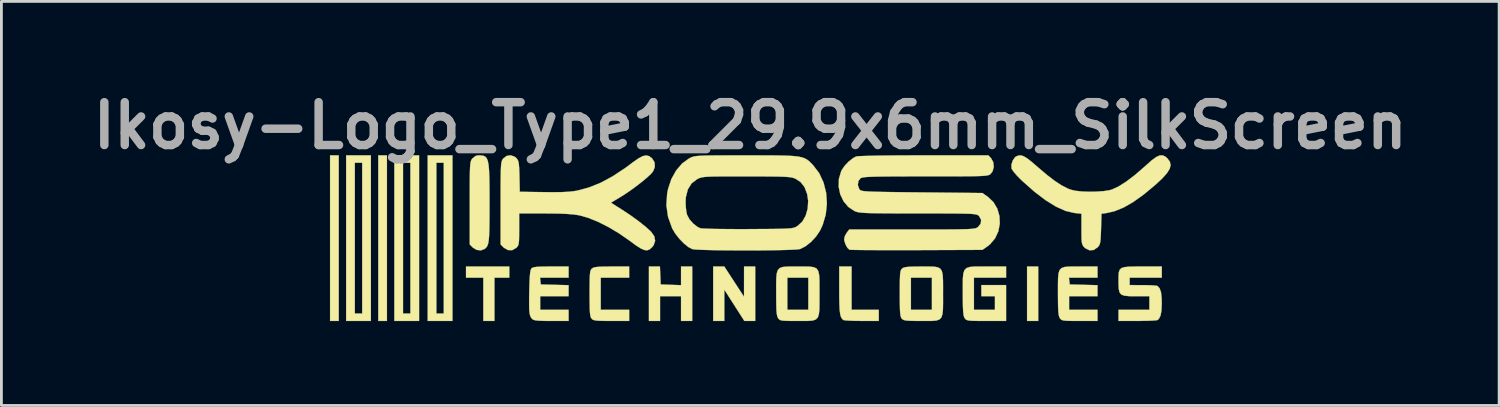
<source format=kicad_pcb>
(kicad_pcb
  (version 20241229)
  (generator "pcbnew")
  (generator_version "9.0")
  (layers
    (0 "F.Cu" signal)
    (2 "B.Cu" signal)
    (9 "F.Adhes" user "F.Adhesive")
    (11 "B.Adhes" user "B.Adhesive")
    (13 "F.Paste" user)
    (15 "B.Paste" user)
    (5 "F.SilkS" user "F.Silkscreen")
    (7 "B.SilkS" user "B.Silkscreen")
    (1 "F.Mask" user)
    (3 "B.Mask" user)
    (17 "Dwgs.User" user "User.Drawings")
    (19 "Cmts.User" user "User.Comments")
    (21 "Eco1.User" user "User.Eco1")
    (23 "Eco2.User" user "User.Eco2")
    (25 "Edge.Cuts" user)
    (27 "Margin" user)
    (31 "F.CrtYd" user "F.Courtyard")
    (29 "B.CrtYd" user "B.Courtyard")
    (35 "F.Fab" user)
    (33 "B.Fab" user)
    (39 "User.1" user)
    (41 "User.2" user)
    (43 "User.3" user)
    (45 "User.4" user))
  (footprint "Ikosy-Logo_Type1_29.9x6mm_SilkScreen"
    (layer "F.Cu")
    (at 23.629 5.418)
    (property "Reference" "Ikosy-Logo_Type1_29.9x6mm_SilkScreen" (at 0 -4 0) (layer "F.Fab") (effects (font (size 1.524 1.524) (thickness 0.3))))
    (attr exclude_from_pos_files exclude_from_bom)
    (fp_poly (pts (xy -14.634 2.944) (xy -14.941 2.944) (xy -14.941 -2.944) (xy -14.634 -2.944) (xy -14.634 2.944)) (stroke (width 0.01) (type solid)) (fill yes) (layer "F.SilkS"))
    (fp_poly (pts (xy -12.92 2.944) (xy -13.227 2.944) (xy -13.227 -2.944) (xy -12.92 -2.944) (xy -12.92 2.944)) (stroke (width 0.01) (type solid)) (fill yes) (layer "F.SilkS"))
    (fp_poly (pts (xy 10.239 2.944) (xy 9.844 2.944) (xy 9.844 1.011) (xy 10.239 1.011) (xy 10.239 2.944)) (stroke (width 0.01) (type solid)) (fill yes) (layer "F.SilkS"))
    (fp_poly (pts (xy -8.569 1.406) (xy -9.097 1.406) (xy -9.097 2.944) (xy -9.492 2.944) (xy -9.492 1.406) (xy -10.107 1.406) (xy -10.107 1.011) (xy -8.569 1.011) (xy -8.569 1.406)) (stroke (width 0.01) (type solid)) (fill yes) (layer "F.SilkS"))
    (fp_poly (pts (xy -13.491 2.944) (xy -14.37 2.944) (xy -14.37 -2.681) (xy -14.062 -2.681) (xy -14.062 2.681) (xy -13.799 2.681) (xy -13.799 -2.681) (xy -14.062 -2.681) (xy -14.37 -2.681) (xy -14.37 -2.944) (xy -13.491 -2.944) (xy -13.491 2.944)) (stroke (width 0.01) (type solid)) (fill yes) (layer "F.SilkS"))
    (fp_poly (pts (xy -11.777 2.944) (xy -12.656 2.944) (xy -12.656 -2.681) (xy -12.348 -2.681) (xy -12.348 2.681) (xy -12.085 2.681) (xy -12.085 -2.681) (xy -12.348 -2.681) (xy -12.656 -2.681) (xy -12.656 -2.944) (xy -11.777 -2.944) (xy -11.777 2.944)) (stroke (width 0.01) (type solid)) (fill yes) (layer "F.SilkS"))
    (fp_poly (pts (xy -10.591 2.944) (xy -11.47 2.944) (xy -11.47 -2.681) (xy -11.162 -2.681) (xy -11.162 2.681) (xy -10.898 2.681) (xy -10.898 -2.681) (xy -11.162 -2.681) (xy -11.47 -2.681) (xy -11.47 -2.944) (xy -10.591 -2.944) (xy -10.591 2.944)) (stroke (width 0.01) (type solid)) (fill yes) (layer "F.SilkS"))
    (fp_poly (pts (xy -0.572 1.549) (xy -0.221 2.087) (xy -0.221 1.549) (xy -0.22 1.011) (xy 0.176 1.011) (xy 0.176 2.944) (xy -0.21 2.944) (xy -0.923 1.829) (xy -0.923 2.944) (xy -1.318 2.944) (xy -1.318 1.011) (xy -0.922 1.011) (xy -0.572 1.549)) (stroke (width 0.01) (type solid)) (fill yes) (layer "F.SilkS"))
    (fp_poly (pts (xy -3.199 1.329) (xy -3.186 1.648) (xy -2.461 1.673) (xy -2.461 1.011) (xy -2.065 1.011) (xy -2.065 2.944) (xy -2.461 2.944) (xy -2.461 2.065) (xy -3.208 2.065) (xy -3.208 2.944) (xy -3.603 2.944) (xy -3.603 1.011) (xy -3.212 1.011) (xy -3.199 1.329)) (stroke (width 0.01) (type solid)) (fill yes) (layer "F.SilkS"))
    (fp_poly (pts (xy 3.603 2.549) (xy 4.57 2.549) (xy 4.57 2.944) (xy 3.966 2.944) (xy 3.742 2.941) (xy 3.548 2.935) (xy 3.402 2.925) (xy 3.322 2.914) (xy 3.313 2.911) (xy 3.263 2.866) (xy 3.225 2.799) (xy 3.198 2.698) (xy 3.18 2.553) (xy 3.17 2.351) (xy 3.165 2.08) (xy 3.164 1.849) (xy 3.164 1.011) (xy 3.603 1.011) (xy 3.603 2.549)) (stroke (width 0.01) (type solid)) (fill yes) (layer "F.SilkS"))
    (fp_poly (pts (xy -4.307 1.406) (xy -5.317 1.406) (xy -5.317 2.549) (xy -4.307 2.549) (xy -4.307 2.944) (xy -4.937 2.944) (xy -5.189 2.943) (xy -5.368 2.938) (xy -5.489 2.929) (xy -5.567 2.912) (xy -5.616 2.887) (xy -5.64 2.864) (xy -5.666 2.824) (xy -5.685 2.762) (xy -5.699 2.665) (xy -5.707 2.521) (xy -5.711 2.317) (xy -5.713 2.04) (xy -5.713 1.97) (xy -5.712 1.68) (xy -5.709 1.466) (xy -5.703 1.314) (xy -5.692 1.211) (xy -5.675 1.145) (xy -5.651 1.103) (xy -5.632 1.083) (xy -5.586 1.054) (xy -5.513 1.033) (xy -5.4 1.02) (xy -5.232 1.013) (xy -4.993 1.011) (xy -4.929 1.011) (xy -4.307 1.011) (xy -4.307 1.406)) (stroke (width 0.01) (type solid)) (fill yes) (layer "F.SilkS"))
    (fp_poly (pts (xy 8.396 1.011) (xy 9.097 1.011) (xy 9.097 1.406) (xy 7.954 1.406) (xy 7.954 2.549) (xy 8.701 2.549) (xy 8.701 2.065) (xy 8.218 2.065) (xy 8.218 1.67) (xy 9.097 1.67) (xy 9.097 2.944) (xy 8.396 2.944) (xy 8.133 2.944) (xy 7.944 2.941) (xy 7.814 2.934) (xy 7.731 2.921) (xy 7.679 2.901) (xy 7.645 2.871) (xy 7.627 2.847) (xy 7.601 2.794) (xy 7.582 2.713) (xy 7.57 2.591) (xy 7.562 2.415) (xy 7.559 2.172) (xy 7.558 1.978) (xy 7.558 1.662) (xy 7.561 1.424) (xy 7.579 1.251) (xy 7.619 1.135) (xy 7.692 1.063) (xy 7.806 1.026) (xy 7.971 1.011) (xy 8.197 1.01) (xy 8.396 1.011)) (stroke (width 0.01) (type solid)) (fill yes) (layer "F.SilkS"))
    (fp_poly (pts (xy 11.714 1.011) (xy 12.348 1.011) (xy 12.348 1.406) (xy 11.332 1.406) (xy 11.346 1.527) (xy 11.36 1.648) (xy 12.348 1.673) (xy 12.348 2.065) (xy 11.338 2.065) (xy 11.338 2.549) (xy 12.348 2.549) (xy 12.348 2.944) (xy 11.714 2.944) (xy 11.465 2.944) (xy 11.289 2.94) (xy 11.171 2.932) (xy 11.097 2.917) (xy 11.051 2.893) (xy 11.019 2.858) (xy 11.011 2.847) (xy 10.985 2.794) (xy 10.966 2.713) (xy 10.954 2.591) (xy 10.946 2.415) (xy 10.943 2.172) (xy 10.942 1.978) (xy 10.942 1.662) (xy 10.946 1.424) (xy 10.963 1.252) (xy 11.001 1.135) (xy 11.07 1.064) (xy 11.178 1.026) (xy 11.334 1.012) (xy 11.545 1.01) (xy 11.714 1.011)) (stroke (width 0.01) (type solid)) (fill yes) (layer "F.SilkS"))
    (fp_poly (pts (xy -6.46 1.406) (xy -7.476 1.406) (xy -7.449 1.648) (xy -6.46 1.673) (xy -6.46 2.065) (xy -7.471 2.065) (xy -7.471 2.549) (xy -6.46 2.549) (xy -6.46 2.944) (xy -7.072 2.944) (xy -7.327 2.943) (xy -7.509 2.936) (xy -7.631 2.924) (xy -7.707 2.905) (xy -7.752 2.876) (xy -7.753 2.875) (xy -7.795 2.825) (xy -7.826 2.76) (xy -7.847 2.67) (xy -7.859 2.539) (xy -7.863 2.357) (xy -7.862 2.109) (xy -7.858 1.881) (xy -7.85 1.582) (xy -7.839 1.362) (xy -7.823 1.21) (xy -7.802 1.118) (xy -7.784 1.083) (xy -7.747 1.054) (xy -7.685 1.034) (xy -7.583 1.021) (xy -7.426 1.014) (xy -7.202 1.011) (xy -7.092 1.011) (xy -6.46 1.011) (xy -6.46 1.406)) (stroke (width 0.01) (type solid)) (fill yes) (layer "F.SilkS"))
    (fp_poly (pts (xy -9.568 -2.942) (xy -9.486 -2.928) (xy -9.421 -2.896) (xy -9.37 -2.837) (xy -9.333 -2.743) (xy -9.306 -2.605) (xy -9.289 -2.416) (xy -9.279 -2.167) (xy -9.274 -1.85) (xy -9.272 -1.458) (xy -9.272 -1.252) (xy -9.273 -0.847) (xy -9.275 -0.52) (xy -9.28 -0.263) (xy -9.288 -0.065) (xy -9.301 0.083) (xy -9.32 0.19) (xy -9.346 0.267) (xy -9.379 0.321) (xy -9.42 0.364) (xy -9.444 0.383) (xy -9.578 0.435) (xy -9.728 0.418) (xy -9.864 0.336) (xy -9.868 0.332) (xy -9.975 0.224) (xy -9.975 -1.244) (xy -9.975 -1.643) (xy -9.974 -1.963) (xy -9.972 -2.214) (xy -9.968 -2.406) (xy -9.962 -2.548) (xy -9.952 -2.649) (xy -9.939 -2.72) (xy -9.923 -2.769) (xy -9.901 -2.806) (xy -9.884 -2.829) (xy -9.762 -2.926) (xy -9.668 -2.944) (xy -9.568 -2.942)) (stroke (width 0.01) (type solid)) (fill yes) (layer "F.SilkS"))
    (fp_poly (pts (xy 14.634 1.406) (xy 13.491 1.406) (xy 13.491 1.67) (xy 13.963 1.671) (xy 14.162 1.674) (xy 14.328 1.682) (xy 14.444 1.693) (xy 14.484 1.704) (xy 14.558 1.787) (xy 14.606 1.926) (xy 14.629 2.132) (xy 14.634 2.307) (xy 14.624 2.563) (xy 14.592 2.745) (xy 14.535 2.863) (xy 14.484 2.911) (xy 14.425 2.922) (xy 14.295 2.932) (xy 14.11 2.939) (xy 13.887 2.943) (xy 13.766 2.944) (xy 13.096 2.944) (xy 13.096 2.549) (xy 14.194 2.549) (xy 14.194 2.065) (xy 13.718 2.065) (xy 13.473 2.063) (xy 13.303 2.046) (xy 13.193 2.005) (xy 13.131 1.927) (xy 13.103 1.801) (xy 13.096 1.614) (xy 13.096 1.527) (xy 13.096 1.348) (xy 13.106 1.216) (xy 13.138 1.124) (xy 13.201 1.065) (xy 13.309 1.031) (xy 13.473 1.015) (xy 13.704 1.011) (xy 13.934 1.011) (xy 14.634 1.011) (xy 14.634 1.406)) (stroke (width 0.01) (type solid)) (fill yes) (layer "F.SilkS"))
    (fp_poly (pts (xy 2.132 1.015) (xy 2.269 1.036) (xy 2.362 1.085) (xy 2.419 1.172) (xy 2.449 1.307) (xy 2.46 1.502) (xy 2.461 1.767) (xy 2.461 1.978) (xy 2.461 2.293) (xy 2.458 2.531) (xy 2.44 2.703) (xy 2.402 2.82) (xy 2.333 2.891) (xy 2.225 2.929) (xy 2.07 2.943) (xy 1.86 2.945) (xy 1.692 2.944) (xy 1.444 2.944) (xy 1.268 2.94) (xy 1.151 2.932) (xy 1.077 2.917) (xy 1.031 2.893) (xy 0.999 2.857) (xy 0.991 2.847) (xy 0.966 2.794) (xy 0.947 2.713) (xy 0.934 2.591) (xy 0.927 2.415) (xy 0.923 2.172) (xy 0.923 1.978) (xy 0.922 1.662) (xy 0.926 1.424) (xy 0.928 1.406) (xy 1.318 1.406) (xy 1.318 2.549) (xy 2.065 2.549) (xy 2.065 1.406) (xy 1.318 1.406) (xy 0.928 1.406) (xy 0.943 1.252) (xy 0.982 1.135) (xy 1.051 1.064) (xy 1.158 1.026) (xy 1.313 1.012) (xy 1.524 1.01) (xy 1.692 1.011) (xy 1.943 1.01) (xy 2.132 1.015)) (stroke (width 0.01) (type solid)) (fill yes) (layer "F.SilkS"))
    (fp_poly (pts (xy 6.532 1.015) (xy 6.667 1.037) (xy 6.758 1.086) (xy 6.814 1.173) (xy 6.843 1.309) (xy 6.854 1.504) (xy 6.856 1.77) (xy 6.855 1.978) (xy 6.856 2.293) (xy 6.852 2.531) (xy 6.835 2.703) (xy 6.796 2.82) (xy 6.728 2.891) (xy 6.621 2.929) (xy 6.466 2.943) (xy 6.256 2.945) (xy 6.091 2.944) (xy 5.839 2.943) (xy 5.66 2.938) (xy 5.54 2.928) (xy 5.463 2.912) (xy 5.414 2.886) (xy 5.39 2.864) (xy 5.364 2.824) (xy 5.345 2.762) (xy 5.331 2.665) (xy 5.323 2.521) (xy 5.319 2.317) (xy 5.317 2.04) (xy 5.317 1.97) (xy 5.318 1.68) (xy 5.321 1.466) (xy 5.324 1.406) (xy 5.713 1.406) (xy 5.713 2.549) (xy 6.46 2.549) (xy 6.46 1.406) (xy 5.713 1.406) (xy 5.324 1.406) (xy 5.327 1.314) (xy 5.338 1.211) (xy 5.355 1.145) (xy 5.379 1.103) (xy 5.398 1.083) (xy 5.444 1.054) (xy 5.517 1.033) (xy 5.63 1.02) (xy 5.799 1.013) (xy 6.038 1.011) (xy 6.098 1.011) (xy 6.345 1.01) (xy 6.532 1.015)) (stroke (width 0.01) (type solid)) (fill yes) (layer "F.SilkS"))
    (fp_poly (pts (xy 14.768 -2.894) (xy 14.833 -2.836) (xy 14.919 -2.722) (xy 14.948 -2.601) (xy 14.915 -2.466) (xy 14.817 -2.31) (xy 14.651 -2.124) (xy 14.413 -1.902) (xy 14.393 -1.885) (xy 13.985 -1.547) (xy 13.612 -1.281) (xy 13.27 -1.086) (xy 12.953 -0.957) (xy 12.676 -0.894) (xy 12.489 -0.868) (xy 12.474 -0.328) (xy 12.466 -0.098) (xy 12.456 0.061) (xy 12.44 0.168) (xy 12.416 0.24) (xy 12.379 0.296) (xy 12.352 0.326) (xy 12.212 0.421) (xy 12.062 0.432) (xy 11.915 0.359) (xy 11.885 0.332) (xy 11.84 0.282) (xy 11.81 0.228) (xy 11.791 0.152) (xy 11.781 0.037) (xy 11.778 -0.135) (xy 11.777 -0.322) (xy 11.777 -0.868) (xy 11.514 -0.897) (xy 11.211 -0.969) (xy 10.874 -1.12) (xy 10.505 -1.348) (xy 10.106 -1.651) (xy 9.679 -2.029) (xy 9.613 -2.091) (xy 9.479 -2.229) (xy 9.37 -2.357) (xy 9.302 -2.455) (xy 9.29 -2.485) (xy 9.289 -2.62) (xy 9.336 -2.763) (xy 9.414 -2.875) (xy 9.451 -2.902) (xy 9.538 -2.938) (xy 9.625 -2.943) (xy 9.724 -2.911) (xy 9.847 -2.836) (xy 10.006 -2.713) (xy 10.214 -2.534) (xy 10.24 -2.511) (xy 10.555 -2.244) (xy 10.825 -2.037) (xy 11.063 -1.881) (xy 11.282 -1.768) (xy 11.392 -1.724) (xy 11.559 -1.684) (xy 11.787 -1.659) (xy 12.049 -1.649) (xy 12.32 -1.654) (xy 12.572 -1.672) (xy 12.78 -1.705) (xy 12.861 -1.728) (xy 13.094 -1.835) (xy 13.37 -2.01) (xy 13.681 -2.246) (xy 14.02 -2.539) (xy 14.074 -2.588) (xy 14.278 -2.768) (xy 14.437 -2.884) (xy 14.563 -2.941) (xy 14.67 -2.943) (xy 14.768 -2.894)) (stroke (width 0.01) (type solid)) (fill yes) (layer "F.SilkS"))
    (fp_poly (pts (xy -8.372 -2.893) (xy -8.315 -2.844) (xy -8.275 -2.793) (xy -8.247 -2.73) (xy -8.229 -2.636) (xy -8.218 -2.495) (xy -8.21 -2.29) (xy -8.208 -2.196) (xy -8.196 -1.648) (xy -7.339 -1.636) (xy -6.979 -1.633) (xy -6.691 -1.637) (xy -6.461 -1.649) (xy -6.273 -1.669) (xy -6.147 -1.691) (xy -5.732 -1.802) (xy -5.316 -1.97) (xy -4.886 -2.202) (xy -4.432 -2.503) (xy -4.195 -2.68) (xy -3.988 -2.827) (xy -3.829 -2.914) (xy -3.702 -2.942) (xy -3.594 -2.915) (xy -3.492 -2.836) (xy -3.492 -2.836) (xy -3.401 -2.691) (xy -3.395 -2.526) (xy -3.453 -2.38) (xy -3.53 -2.287) (xy -3.666 -2.159) (xy -3.845 -2.009) (xy -4.052 -1.848) (xy -4.272 -1.688) (xy -4.488 -1.542) (xy -4.606 -1.469) (xy -4.955 -1.26) (xy -4.59 -1.03) (xy -4.275 -0.823) (xy -3.98 -0.61) (xy -3.725 -0.408) (xy -3.533 -0.234) (xy -3.415 -0.071) (xy -3.382 0.093) (xy -3.436 0.252) (xy -3.491 0.323) (xy -3.575 0.397) (xy -3.66 0.432) (xy -3.761 0.423) (xy -3.889 0.368) (xy -4.057 0.262) (xy -4.277 0.101) (xy -4.299 0.085) (xy -4.659 -0.166) (xy -5.036 -0.391) (xy -5.41 -0.58) (xy -5.763 -0.723) (xy -6.073 -0.811) (xy -6.259 -0.84) (xy -6.493 -0.86) (xy -6.788 -0.873) (xy -7.155 -0.878) (xy -7.315 -0.879) (xy -8.218 -0.879) (xy -8.218 -0.315) (xy -8.219 -0.082) (xy -8.223 0.08) (xy -8.234 0.188) (xy -8.253 0.258) (xy -8.284 0.308) (xy -8.319 0.344) (xy -8.462 0.426) (xy -8.614 0.425) (xy -8.758 0.342) (xy -8.769 0.332) (xy -8.877 0.224) (xy -8.877 -1.244) (xy -8.877 -1.643) (xy -8.876 -1.963) (xy -8.873 -2.214) (xy -8.869 -2.406) (xy -8.863 -2.548) (xy -8.854 -2.649) (xy -8.841 -2.72) (xy -8.824 -2.769) (xy -8.803 -2.806) (xy -8.786 -2.829) (xy -8.662 -2.923) (xy -8.515 -2.945) (xy -8.372 -2.893)) (stroke (width 0.01) (type solid)) (fill yes) (layer "F.SilkS"))
    (fp_poly (pts (xy -0.129 -2.943) (xy 0.345 -2.943) (xy 0.739 -2.942) (xy 1.063 -2.938) (xy 1.326 -2.931) (xy 1.534 -2.919) (xy 1.699 -2.901) (xy 1.827 -2.875) (xy 1.928 -2.841) (xy 2.011 -2.798) (xy 2.084 -2.743) (xy 2.155 -2.675) (xy 2.228 -2.601) (xy 2.449 -2.313) (xy 2.606 -1.977) (xy 2.699 -1.609) (xy 2.725 -1.224) (xy 2.684 -0.837) (xy 2.573 -0.464) (xy 2.479 -0.264) (xy 2.34 -0.058) (xy 2.163 0.132) (xy 1.971 0.285) (xy 1.788 0.381) (xy 1.768 0.387) (xy 1.682 0.4) (xy 1.52 0.41) (xy 1.294 0.419) (xy 1.016 0.426) (xy 0.697 0.431) (xy 0.351 0.435) (xy -0.012 0.436) (xy -0.379 0.436) (xy -0.739 0.434) (xy -1.079 0.431) (xy -1.388 0.425) (xy -1.653 0.418) (xy -1.863 0.409) (xy -2.006 0.398) (xy -2.06 0.389) (xy -2.198 0.319) (xy -2.358 0.19) (xy -2.519 0.024) (xy -2.664 -0.16) (xy -2.773 -0.343) (xy -2.777 -0.352) (xy -2.923 -0.756) (xy -2.982 -1.165) (xy -2.974 -1.285) (xy -2.3 -1.285) (xy -2.292 -1.104) (xy -2.272 -0.934) (xy -2.248 -0.832) (xy -2.162 -0.669) (xy -2.025 -0.514) (xy -1.869 -0.395) (xy -1.776 -0.352) (xy -1.703 -0.343) (xy -1.553 -0.336) (xy -1.338 -0.329) (xy -1.067 -0.325) (xy -0.751 -0.322) (xy -0.403 -0.32) (xy -0.066 -0.321) (xy 0.348 -0.324) (xy 0.684 -0.326) (xy 0.951 -0.329) (xy 1.158 -0.334) (xy 1.314 -0.34) (xy 1.429 -0.349) (xy 1.513 -0.361) (xy 1.574 -0.377) (xy 1.621 -0.397) (xy 1.665 -0.422) (xy 1.682 -0.433) (xy 1.849 -0.585) (xy 1.971 -0.797) (xy 2.043 -1.05) (xy 2.06 -1.324) (xy 2.025 -1.565) (xy 1.93 -1.816) (xy 1.787 -1.998) (xy 1.608 -2.113) (xy 1.554 -2.135) (xy 1.492 -2.153) (xy 1.412 -2.167) (xy 1.304 -2.177) (xy 1.159 -2.185) (xy 0.968 -2.19) (xy 0.721 -2.193) (xy 0.408 -2.195) (xy 0.02 -2.196) (xy -0.136 -2.196) (xy -0.548 -2.196) (xy -0.882 -2.196) (xy -1.146 -2.194) (xy -1.352 -2.191) (xy -1.508 -2.185) (xy -1.624 -2.176) (xy -1.71 -2.164) (xy -1.774 -2.148) (xy -1.828 -2.128) (xy -1.879 -2.103) (xy -1.893 -2.095) (xy -2.088 -1.945) (xy -2.22 -1.734) (xy -2.289 -1.462) (xy -2.3 -1.285) (xy -2.974 -1.285) (xy -2.955 -1.585) (xy -2.922 -1.748) (xy -2.806 -2.098) (xy -2.636 -2.404) (xy -2.423 -2.654) (xy -2.175 -2.834) (xy -2.136 -2.854) (xy -2.087 -2.876) (xy -2.034 -2.895) (xy -1.969 -2.909) (xy -1.883 -2.921) (xy -1.767 -2.929) (xy -1.613 -2.935) (xy -1.411 -2.939) (xy -1.153 -2.942) (xy -0.831 -2.943) (xy -0.436 -2.943) (xy -0.129 -2.943)) (stroke (width 0.01) (type solid)) (fill yes) (layer "F.SilkS"))
    (fp_poly (pts (xy 8.562 -2.843) (xy 8.64 -2.703) (xy 8.659 -2.538) (xy 8.619 -2.38) (xy 8.555 -2.293) (xy 8.531 -2.271) (xy 8.504 -2.253) (xy 8.465 -2.239) (xy 8.408 -2.227) (xy 8.326 -2.217) (xy 8.209 -2.21) (xy 8.052 -2.205) (xy 7.847 -2.201) (xy 7.586 -2.199) (xy 7.261 -2.198) (xy 6.866 -2.197) (xy 6.393 -2.197) (xy 6.236 -2.197) (xy 5.73 -2.197) (xy 5.305 -2.196) (xy 4.953 -2.194) (xy 4.668 -2.191) (xy 4.441 -2.187) (xy 4.266 -2.181) (xy 4.135 -2.174) (xy 4.042 -2.164) (xy 3.978 -2.152) (xy 3.937 -2.138) (xy 3.921 -2.129) (xy 3.843 -2.026) (xy 3.826 -1.889) (xy 3.873 -1.751) (xy 3.886 -1.733) (xy 3.903 -1.714) (xy 3.929 -1.697) (xy 3.971 -1.684) (xy 4.037 -1.672) (xy 4.134 -1.663) (xy 4.269 -1.655) (xy 4.451 -1.649) (xy 4.686 -1.644) (xy 4.982 -1.639) (xy 5.346 -1.634) (xy 5.786 -1.629) (xy 6.101 -1.626) (xy 8.254 -1.604) (xy 8.445 -1.472) (xy 8.647 -1.282) (xy 8.785 -1.048) (xy 8.861 -0.785) (xy 8.873 -0.511) (xy 8.821 -0.242) (xy 8.706 0.006) (xy 8.528 0.217) (xy 8.443 0.285) (xy 8.254 0.417) (xy 5.918 0.426) (xy 5.472 0.427) (xy 5.051 0.427) (xy 4.665 0.426) (xy 4.322 0.425) (xy 4.029 0.423) (xy 3.796 0.42) (xy 3.63 0.417) (xy 3.539 0.413) (xy 3.526 0.411) (xy 3.457 0.347) (xy 3.392 0.232) (xy 3.348 0.102) (xy 3.34 0.03) (xy 3.367 -0.079) (xy 3.431 -0.192) (xy 3.522 -0.308) (xy 5.754 -0.308) (xy 6.254 -0.308) (xy 6.674 -0.308) (xy 7.021 -0.309) (xy 7.302 -0.311) (xy 7.526 -0.315) (xy 7.699 -0.319) (xy 7.829 -0.326) (xy 7.924 -0.335) (xy 7.991 -0.346) (xy 8.037 -0.359) (xy 8.071 -0.376) (xy 8.099 -0.396) (xy 8.102 -0.399) (xy 8.197 -0.518) (xy 8.21 -0.652) (xy 8.139 -0.781) (xy 8.13 -0.791) (xy 8.107 -0.811) (xy 8.077 -0.828) (xy 8.033 -0.842) (xy 7.967 -0.853) (xy 7.872 -0.862) (xy 7.739 -0.868) (xy 7.56 -0.873) (xy 7.329 -0.876) (xy 7.038 -0.878) (xy 6.678 -0.879) (xy 6.242 -0.88) (xy 5.965 -0.88) (xy 5.481 -0.88) (xy 5.077 -0.881) (xy 4.745 -0.883) (xy 4.476 -0.886) (xy 4.263 -0.89) (xy 4.098 -0.896) (xy 3.973 -0.905) (xy 3.879 -0.915) (xy 3.809 -0.928) (xy 3.755 -0.944) (xy 3.71 -0.962) (xy 3.489 -1.108) (xy 3.317 -1.313) (xy 3.2 -1.56) (xy 3.144 -1.831) (xy 3.153 -2.11) (xy 3.234 -2.38) (xy 3.253 -2.42) (xy 3.358 -2.573) (xy 3.503 -2.725) (xy 3.661 -2.848) (xy 3.765 -2.903) (xy 3.83 -2.912) (xy 3.976 -2.919) (xy 4.195 -2.926) (xy 4.478 -2.932) (xy 4.819 -2.937) (xy 5.21 -2.941) (xy 5.643 -2.943) (xy 6.111 -2.944) (xy 6.169 -2.944) (xy 8.466 -2.944) (xy 8.562 -2.843)) (stroke (width 0.01) (type solid)) (fill yes) (layer "F.SilkS")))
  (gr_rect
    (start -3 -3)
    (end 50.259 11.368)
    (stroke (width 0.1) (type default))
    (fill no)
    (layer "Edge.Cuts")))
</source>
